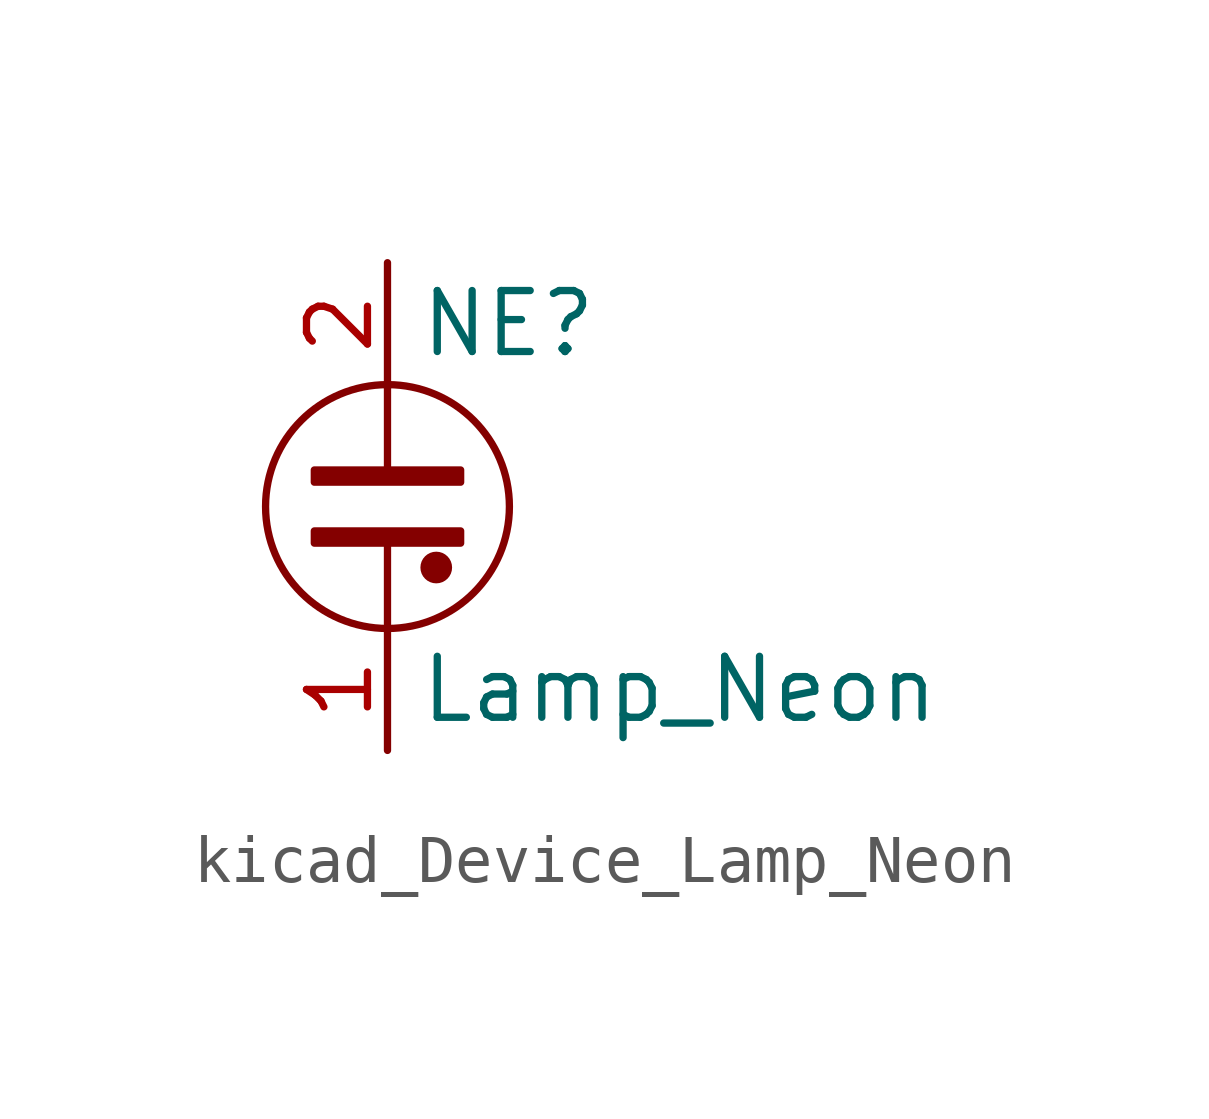
<source format=kicad_sym>
(kicad_symbol_lib
  (version 20220914)
  (generator kicad_symbol_editor)
  (symbol "kicad_Device_Lamp_Neon"
    (pin_names
      (offset 0.025) hide)
    (property "Reference" "NE"
      (at 0.635 3.81 0)
      (effects (font (size 1.27 1.27)) (justify left)))
    (property "Value" "Lamp_Neon"
      (at 0.635 -3.81 0)
      (effects (font (size 1.27 1.27)) (justify left)))
    (symbol "kicad_Device_Lamp_Neon_0_1"
      (rectangle (start -1.524 -0.508) (end 1.524 -0.762) (stroke (width 0) (type default)) (fill (type outline)))
      (rectangle (start -1.524 0.762) (end 1.524 0.508) (stroke (width 0) (type default)) (fill (type outline)))
      (polyline (pts (xy 0 -2.54) (xy 0 -0.762)) (stroke (width 0) (type default)) (fill (type none)))
      (polyline (pts (xy 0 0.762) (xy 0 2.54)) (stroke (width 0) (type default)) (fill (type none)))
      (circle (center 0 0) (radius 2.54) (stroke (width 0) (type default)) (fill (type none)))
      (circle (center 1.016 -1.27) (radius 0.254) (stroke (width 0) (type default)) (fill (type outline))))
    (symbol "kicad_Device_Lamp_Neon_1_1"
      (pin passive line (at 0 -5.08 90) (length 2.54) (name "~" (effects (font (size 1.27 1.27)))) (number "1" (effects (font (size 1.27 1.27)))))
      (pin passive line (at 0 5.08 270) (length 2.54) (name "~" (effects (font (size 1.27 1.27)))) (number "2" (effects (font (size 1.27 1.27))))))))
</source>
